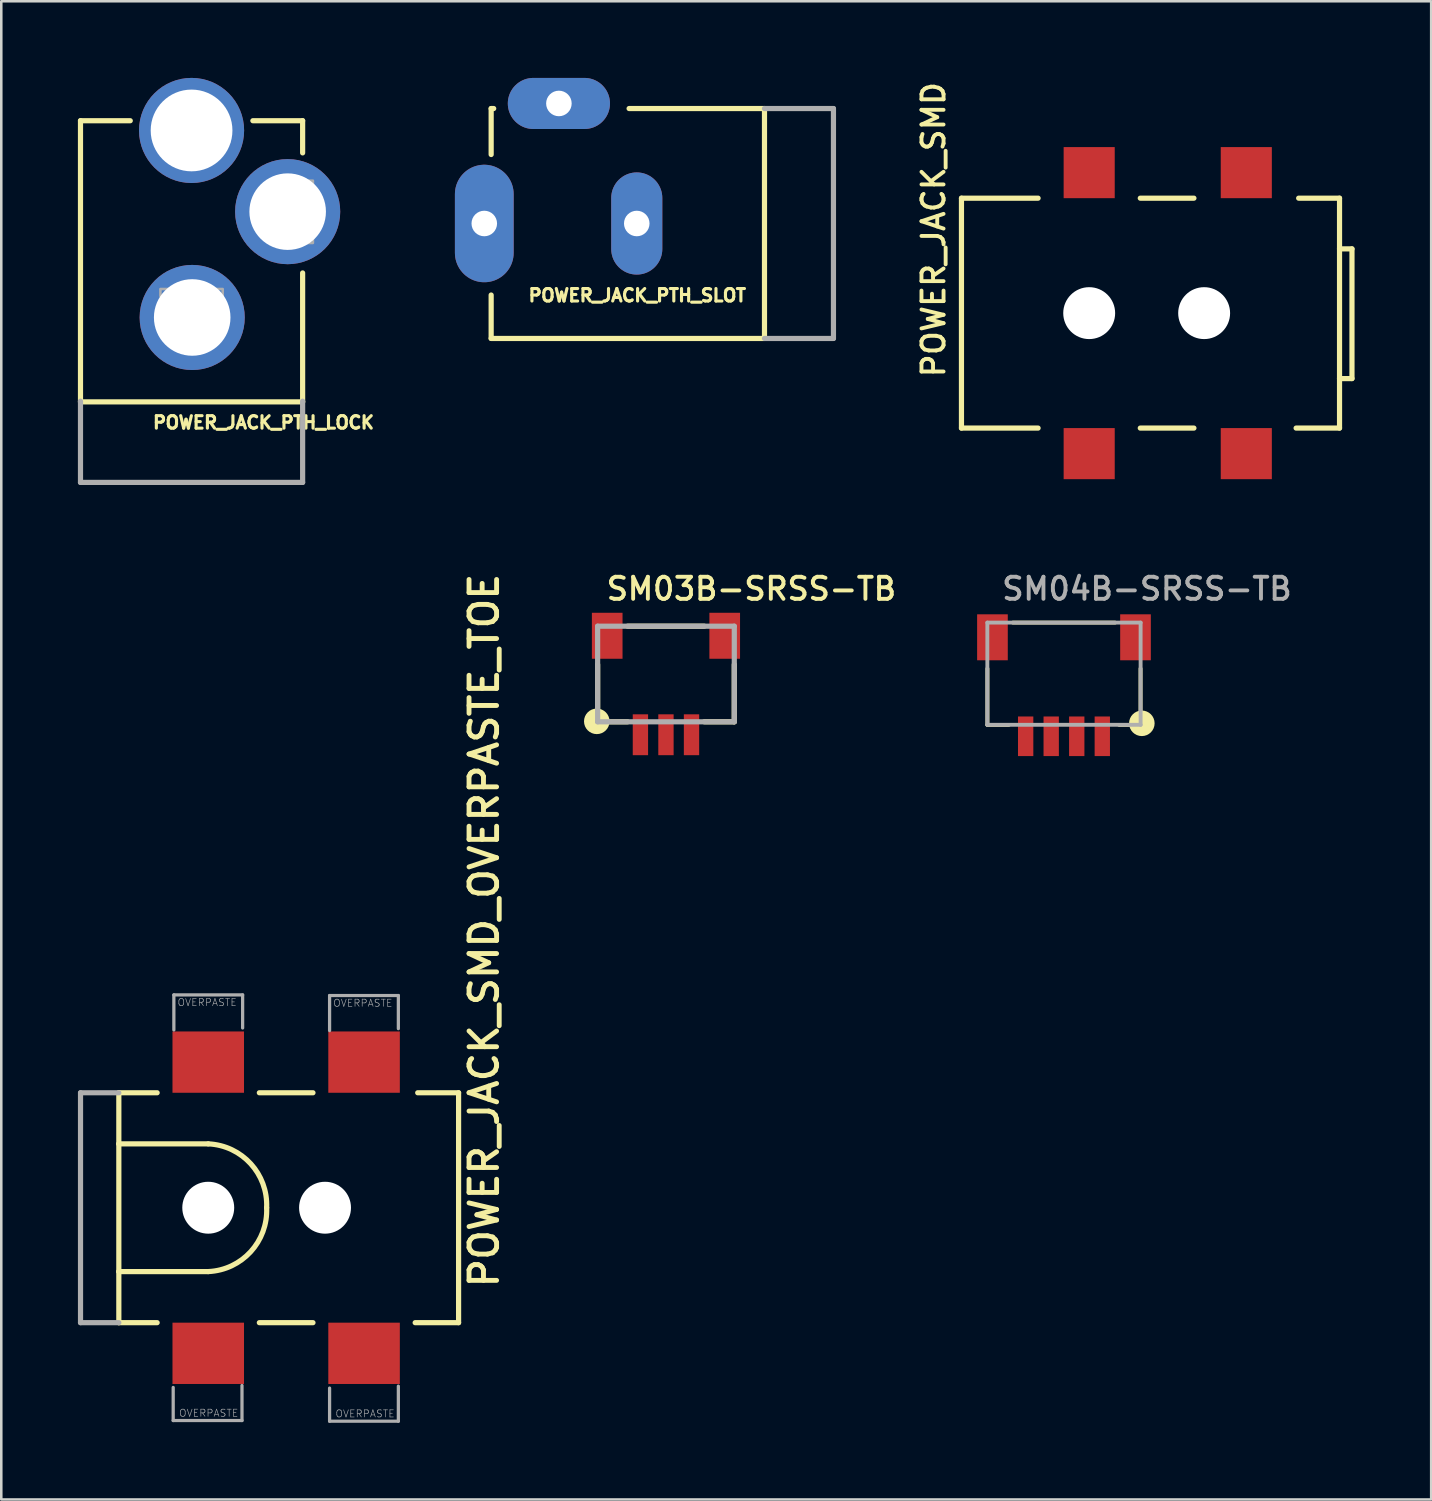
<source format=kicad_pcb>
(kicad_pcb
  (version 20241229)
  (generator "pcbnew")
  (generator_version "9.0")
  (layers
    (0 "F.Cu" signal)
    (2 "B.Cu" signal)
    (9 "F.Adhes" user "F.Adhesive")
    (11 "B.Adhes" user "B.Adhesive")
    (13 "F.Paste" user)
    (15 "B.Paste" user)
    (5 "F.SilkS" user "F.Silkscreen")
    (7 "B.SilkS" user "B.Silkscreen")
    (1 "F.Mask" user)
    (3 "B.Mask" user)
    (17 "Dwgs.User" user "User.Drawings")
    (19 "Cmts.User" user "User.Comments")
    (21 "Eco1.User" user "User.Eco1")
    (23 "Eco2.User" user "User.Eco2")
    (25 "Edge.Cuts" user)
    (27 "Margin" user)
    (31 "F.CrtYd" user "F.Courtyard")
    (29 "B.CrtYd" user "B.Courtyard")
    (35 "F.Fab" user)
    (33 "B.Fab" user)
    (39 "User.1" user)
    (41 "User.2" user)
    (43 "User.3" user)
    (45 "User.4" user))
  (footprint "POWER_JACK_SMD_OVERPASTE_TOE"
    (layer "F.Cu")
    (at 5.102 44.228)
    (property "Reference" "POWER_JACK_SMD_OVERPASTE_TOE" (at 11.43 3.226 90) (unlocked yes) (layer "F.SilkS") (effects (font (size 1.079 1.079) (thickness 0.191)) (justify left bottom)))
    (fp_line (start -3.5 -4.5) (end -3.5 -2.5) (stroke (width 0.203) (type solid)) (layer "F.SilkS"))
    (fp_line (start -3.5 -4.5) (end -2 -4.5) (stroke (width 0.203) (type solid)) (layer "F.SilkS"))
    (fp_line (start -3.5 -2.5) (end -3.5 2.5) (stroke (width 0.203) (type solid)) (layer "F.SilkS"))
    (fp_line (start -3.5 -2.5) (end 0 -2.5) (stroke (width 0.203) (type solid)) (layer "F.SilkS"))
    (fp_line (start -3.5 2.5) (end -3.5 4.5) (stroke (width 0.203) (type solid)) (layer "F.SilkS"))
    (fp_line (start -2 4.5) (end -3.5 4.5) (stroke (width 0.203) (type solid)) (layer "F.SilkS"))
    (fp_line (start 0 2.5) (end -3.5 2.5) (stroke (width 0.203) (type solid)) (layer "F.SilkS"))
    (fp_line (start 2 -4.5) (end 4.1 -4.5) (stroke (width 0.203) (type solid)) (layer "F.SilkS"))
    (fp_line (start 4.1 4.5) (end 2 4.5) (stroke (width 0.203) (type solid)) (layer "F.SilkS"))
    (fp_line (start 8.2 -4.5) (end 9.8 -4.5) (stroke (width 0.203) (type solid)) (layer "F.SilkS"))
    (fp_line (start 9.8 -4.5) (end 9.8 4.5) (stroke (width 0.203) (type solid)) (layer "F.SilkS"))
    (fp_line (start 9.8 4.5) (end 8.1 4.5) (stroke (width 0.203) (type solid)) (layer "F.SilkS"))
    (fp_arc (start 0 -2.5) (mid 1.660768 -1.723446) (end 2.286001 0.000001) (stroke (width 0.2032) (type solid)) (layer "F.SilkS"))
    (fp_arc (start 2.286 0) (mid 1.660766 1.723446) (end -0.000001 2.499999) (stroke (width 0.2032) (type solid)) (layer "F.SilkS"))
    (fp_poly (pts (xy -1.4 8.382) (xy 1.4 8.382) (xy 1.4 6.896) (xy -1.4 6.896)) (stroke (width 0) (type default)) (fill yes) (layer "F.Paste"))
    (fp_poly (pts (xy 1.4 -8.382) (xy -1.4 -8.382) (xy -1.4 -6.896) (xy 1.4 -6.896)) (stroke (width 0) (type default)) (fill yes) (layer "F.Paste"))
    (fp_poly (pts (xy 4.702 8.385) (xy 7.501 8.385) (xy 7.501 6.899) (xy 4.702 6.899)) (stroke (width 0) (type default)) (fill yes) (layer "F.Paste"))
    (fp_poly (pts (xy 7.501 -8.382) (xy 4.702 -8.382) (xy 4.702 -6.896) (xy 7.501 -6.896)) (stroke (width 0) (type default)) (fill yes) (layer "F.Paste"))
    (fp_line (start -5 -4.5) (end -5 4.5) (stroke (width 0.203) (type solid)) (layer "F.Fab"))
    (fp_line (start -5 -4.5) (end -3.5 -4.5) (stroke (width 0.203) (type solid)) (layer "F.Fab"))
    (fp_line (start -3.5 4.5) (end -5 4.5) (stroke (width 0.203) (type solid)) (layer "F.Fab"))
    (fp_line (start -1.372 7.036) (end -1.372 8.331) (stroke (width 0.127) (type solid)) (layer "F.Fab"))
    (fp_line (start -1.372 8.331) (end 1.321 8.331) (stroke (width 0.127) (type solid)) (layer "F.Fab"))
    (fp_line (start -1.346 -8.331) (end -1.346 -6.96) (stroke (width 0.127) (type solid)) (layer "F.Fab"))
    (fp_line (start 1.321 8.331) (end 1.321 6.96) (stroke (width 0.127) (type solid)) (layer "F.Fab"))
    (fp_line (start 1.346 -8.331) (end -1.346 -8.331) (stroke (width 0.127) (type solid)) (layer "F.Fab"))
    (fp_line (start 1.346 -7.036) (end 1.346 -8.331) (stroke (width 0.127) (type solid)) (layer "F.Fab"))
    (fp_line (start 4.75 -8.306) (end 4.75 -6.934) (stroke (width 0.127) (type solid)) (layer "F.Fab"))
    (fp_line (start 4.75 7.061) (end 4.75 8.357) (stroke (width 0.127) (type solid)) (layer "F.Fab"))
    (fp_line (start 4.75 8.357) (end 7.442 8.357) (stroke (width 0.127) (type solid)) (layer "F.Fab"))
    (fp_line (start 7.442 -8.306) (end 4.75 -8.306) (stroke (width 0.127) (type solid)) (layer "F.Fab"))
    (fp_line (start 7.442 -7.01) (end 7.442 -8.306) (stroke (width 0.127) (type solid)) (layer "F.Fab"))
    (fp_line (start 7.442 8.357) (end 7.442 6.985) (stroke (width 0.127) (type solid)) (layer "F.Fab"))
    (fp_text user "OVERPASTE" (at 1.194 7.874 0) (unlocked yes) (layer "F.Fab") (effects (font (size 0.28 0.28) (thickness 0.024)) (justify right top)))
    (fp_text user "OVERPASTE" (at -1.219 -7.874 0) (unlocked yes) (layer "F.Fab") (effects (font (size 0.28 0.28) (thickness 0.024)) (justify left bottom)))
    (fp_text user "OVERPASTE" (at 4.877 -7.849 0) (unlocked yes) (layer "F.Fab") (effects (font (size 0.28 0.28) (thickness 0.024)) (justify left bottom)))
    (fp_text user "OVERPASTE" (at 7.315 7.899 0) (unlocked yes) (layer "F.Fab") (effects (font (size 0.28 0.28) (thickness 0.024)) (justify right top)))
    (pad "" np_thru_hole circle (at 0 0) (size 2.032 2.032) (drill 2.032) (layers "*.Cu" "*.Mask"))
    (pad "" np_thru_hole circle (at 4.572 0) (size 2.032 2.032) (drill 2.032) (layers "*.Cu" "*.Mask"))
    (pad "GND" smd rect (at 0 5.7) (size 2.8 2.4) (layers "F.Cu" "F.Mask" "F.Paste"))
    (pad "P$4" smd rect (at 6.1 5.7) (size 2.8 2.4) (layers "F.Cu" "F.Mask" "F.Paste"))
    (pad "VIN0" smd rect (at 0 -5.7) (size 2.8 2.4) (layers "F.Cu" "F.Mask" "F.Paste"))
    (pad "VIN1" smd rect (at 6.1 -5.7) (size 2.8 2.4) (layers "F.Cu" "F.Mask" "F.Paste")))
  (footprint "SM03B-SRSS-TB"
    (layer "F.Cu")
    (at 23.02 25.713)
    (property "Reference" "SM03B-SRSS-TB" (at -2.413 -5.207 0) (unlocked yes) (layer "F.SilkS") (effects (font (size 0.864 0.864) (thickness 0.152)) (justify left bottom)))
    (fp_line (start -2.675 -0.508) (end -2.675 -2.75) (stroke (width 0.203) (type solid)) (layer "F.SilkS"))
    (fp_line (start -1.5 -4.25) (end 1.5 -4.25) (stroke (width 0.203) (type solid)) (layer "F.SilkS"))
    (fp_line (start -1.5 -0.508) (end -2.675 -0.508) (stroke (width 0.203) (type solid)) (layer "F.SilkS"))
    (fp_line (start 2.675 -2.75) (end 2.675 -0.508) (stroke (width 0.203) (type solid)) (layer "F.SilkS"))
    (fp_line (start 2.675 -0.508) (end 1.5 -0.508) (stroke (width 0.203) (type solid)) (layer "F.SilkS"))
    (fp_circle (center -2.708 -0.525) (end -2.458 -0.525) (stroke (width 0.5) (type solid)) (fill yes) (layer "F.SilkS"))
    (fp_line (start -2.675 -4.25) (end 2.675 -4.25) (stroke (width 0.203) (type solid)) (layer "F.Fab"))
    (fp_line (start -2.675 -0.508) (end -2.675 -4.25) (stroke (width 0.203) (type solid)) (layer "F.Fab"))
    (fp_line (start 2.675 -4.25) (end 2.675 -0.508) (stroke (width 0.203) (type solid)) (layer "F.Fab"))
    (fp_line (start 2.675 -0.508) (end -2.675 -0.508) (stroke (width 0.203) (type solid)) (layer "F.Fab"))
    (pad "0" smd rect (at -2.3 -3.875) (size 1.2 1.8) (layers "F.Cu" "F.Mask" "F.Paste"))
    (pad "1" smd rect (at -1 0) (size 0.6 1.6) (layers "F.Cu" "F.Mask" "F.Paste"))
    (pad "2" smd rect (at 0 0) (size 0.6 1.6) (layers "F.Cu" "F.Mask" "F.Paste"))
    (pad "3" smd rect (at 1 0) (size 0.6 1.6) (layers "F.Cu" "F.Mask" "F.Paste"))
    (pad "4" smd rect (at 2.3 -3.875) (size 1.2 1.8) (layers "F.Cu" "F.Mask" "F.Paste")))
  (footprint "SM04B-SRSS-TB"
    (layer "F.Cu")
    (at 38.601 25.773)
    (property "Reference" "SM04B-SRSS-TB" (at -2.509 -5.268 0) (unlocked yes) (layer "F.Fab") (effects (font (size 0.864 0.864) (thickness 0.152)) (justify left bottom)))
    (fp_line (start -2.997 -2.65) (end -2.997 -0.445) (stroke (width 0.152) (type solid)) (layer "F.SilkS"))
    (fp_line (start -2.997 -0.445) (end -2.163 -0.445) (stroke (width 0.152) (type solid)) (layer "F.SilkS"))
    (fp_line (start 2 -4.45) (end -2 -4.45) (stroke (width 0.152) (type solid)) (layer "F.SilkS"))
    (fp_line (start 2.163 -0.445) (end 2.997 -0.445) (stroke (width 0.152) (type solid)) (layer "F.SilkS"))
    (fp_line (start 2.997 -0.445) (end 2.997 -2.65) (stroke (width 0.152) (type solid)) (layer "F.SilkS"))
    (fp_circle (center 3.048 -0.508) (end 3.298 -0.508) (stroke (width 0.5) (type solid)) (fill yes) (layer "F.SilkS"))
    (fp_line (start -3 -4.45) (end -3 -0.45) (stroke (width 0.152) (type solid)) (layer "F.Fab"))
    (fp_line (start -3 -0.45) (end 3 -0.45) (stroke (width 0.152) (type solid)) (layer "F.Fab"))
    (fp_line (start 3 -4.45) (end -3 -4.45) (stroke (width 0.152) (type solid)) (layer "F.Fab"))
    (fp_line (start 3 -0.45) (end 3 -4.45) (stroke (width 0.152) (type solid)) (layer "F.Fab"))
    (pad "0" smd rect (at 2.8 -3.875 90) (size 1.8 1.2) (layers "F.Cu" "F.Mask" "F.Paste"))
    (pad "1" smd rect (at 1.5 0) (size 0.6 1.55) (layers "F.Cu" "F.Mask" "F.Paste"))
    (pad "2" smd rect (at 0.5 0) (size 0.6 1.55) (layers "F.Cu" "F.Mask" "F.Paste"))
    (pad "3" smd rect (at -0.5 0) (size 0.6 1.55) (layers "F.Cu" "F.Mask" "F.Paste"))
    (pad "4" smd rect (at -1.5 0) (size 0.6 1.55) (layers "F.Cu" "F.Mask" "F.Paste"))
    (pad "5" smd rect (at -2.8 -3.875 90) (size 1.8 1.2) (layers "F.Cu" "F.Mask" "F.Paste")))
  (footprint "POWER_JACK_SMD"
    (layer "F.Cu")
    (at 39.588 9.208)
    (property "Reference" "POWER_JACK_SMD" (at -5.588 2.591 90) (unlocked yes) (layer "F.SilkS") (effects (font (size 0.864 0.864) (thickness 0.152)) (justify left bottom)))
    (fp_line (start -5 -4.5) (end -5 4.5) (stroke (width 0.203) (type solid)) (layer "F.SilkS"))
    (fp_line (start -5 -4.5) (end -2 -4.5) (stroke (width 0.203) (type solid)) (layer "F.SilkS"))
    (fp_line (start -2 4.5) (end -5 4.5) (stroke (width 0.203) (type solid)) (layer "F.SilkS"))
    (fp_line (start 2 -4.5) (end 4.1 -4.5) (stroke (width 0.203) (type solid)) (layer "F.SilkS"))
    (fp_line (start 4.1 4.5) (end 2 4.5) (stroke (width 0.203) (type solid)) (layer "F.SilkS"))
    (fp_line (start 8.2 -4.5) (end 9.8 -4.5) (stroke (width 0.203) (type solid)) (layer "F.SilkS"))
    (fp_line (start 9.8 -4.5) (end 9.8 -2.515) (stroke (width 0.203) (type solid)) (layer "F.SilkS"))
    (fp_line (start 9.8 -2.515) (end 9.8 2.562) (stroke (width 0.203) (type solid)) (layer "F.SilkS"))
    (fp_line (start 9.8 -2.515) (end 10.287 -2.515) (stroke (width 0.203) (type solid)) (layer "F.SilkS"))
    (fp_line (start 9.8 2.562) (end 9.8 4.5) (stroke (width 0.203) (type solid)) (layer "F.SilkS"))
    (fp_line (start 9.8 4.5) (end 8.1 4.5) (stroke (width 0.203) (type solid)) (layer "F.SilkS"))
    (fp_line (start 10.287 -2.515) (end 10.287 2.562) (stroke (width 0.203) (type solid)) (layer "F.SilkS"))
    (fp_line (start 10.287 2.562) (end 9.8 2.562) (stroke (width 0.203) (type solid)) (layer "F.SilkS"))
    (pad "" np_thru_hole circle (at 0 0) (size 2.032 2.032) (drill 2.032) (layers "*.Cu" "*.Mask"))
    (pad "" np_thru_hole circle (at 4.5 0) (size 2.032 2.032) (drill 2.032) (layers "*.Cu" "*.Mask"))
    (pad "GND" smd rect (at 0 5.5) (size 2 2) (layers "F.Cu" "F.Mask" "F.Paste"))
    (pad "P$4" smd rect (at 6.15 5.5) (size 2 2) (layers "F.Cu" "F.Mask" "F.Paste"))
    (pad "VIN0" smd rect (at 0 -5.5) (size 2 2) (layers "F.Cu" "F.Mask" "F.Paste"))
    (pad "VIN1" smd rect (at 6.15 -5.5) (size 2 2) (layers "F.Cu" "F.Mask" "F.Paste")))
  (footprint "POWER_JACK_PTH_SLOT"
    (layer "F.Cu")
    (at 21.877 5.699)
    (property "Reference" "POWER_JACK_PTH_SLOT" (at -4.3 3.1 0) (unlocked yes) (layer "F.SilkS") (effects (font (size 0.488 0.488) (thickness 0.122)) (justify left bottom)))
    (fp_line (start -5.7 -4.5) (end -5.7 -2.7) (stroke (width 0.203) (type solid)) (layer "F.SilkS"))
    (fp_line (start -5.7 -4.5) (end -5.6 -4.5) (stroke (width 0.203) (type solid)) (layer "F.SilkS"))
    (fp_line (start -5.7 4.5) (end -5.7 2.8) (stroke (width 0.203) (type solid)) (layer "F.SilkS"))
    (fp_line (start 5 -4.5) (end -0.3 -4.5) (stroke (width 0.203) (type solid)) (layer "F.SilkS"))
    (fp_line (start 5 4.5) (end -5.7 4.5) (stroke (width 0.203) (type solid)) (layer "F.SilkS"))
    (fp_line (start 5 4.5) (end 5 -4.5) (stroke (width 0.203) (type solid)) (layer "F.SilkS"))
    (fp_line (start 5 4.5) (end 7.7 4.5) (stroke (width 0.203) (type solid)) (layer "F.Fab"))
    (fp_line (start 7.7 -4.5) (end 5 -4.5) (stroke (width 0.203) (type solid)) (layer "F.Fab"))
    (fp_line (start 7.7 -4.5) (end 7.7 4.5) (stroke (width 0.203) (type solid)) (layer "F.Fab"))
    (pad "GND" thru_hole oval (at 0 0 90) (size 4 2) (drill 1) (layers "*.Cu" "*.Mask"))
    (pad "GNDBREAK" thru_hole oval (at -3.048 -4.699 180) (size 4 2) (drill 1) (layers "*.Cu" "*.Mask"))
    (pad "PWR" thru_hole oval (at -5.969 0 90) (size 4.6 2.3) (drill 1) (layers "*.Cu" "*.Mask")))
  (footprint "POWER_JACK_PTH_LOCK"
    (layer "F.Cu")
    (at 4.449 15.935)
    (property "Reference" "POWER_JACK_PTH_LOCK" (at -1.575 -2.159 0) (unlocked yes) (layer "F.SilkS") (effects (font (size 0.488 0.488) (thickness 0.122)) (justify left bottom)))
    (fp_line (start -4.348 -14.259) (end -2.4 -14.259) (stroke (width 0.203) (type solid)) (layer "F.SilkS"))
    (fp_line (start -4.348 -3.254) (end -4.348 -14.259) (stroke (width 0.203) (type solid)) (layer "F.SilkS"))
    (fp_line (start -4.348 -3.254) (end 4.348 -3.254) (stroke (width 0.203) (type solid)) (layer "F.SilkS"))
    (fp_line (start 4.348 -14.259) (end 2.4 -14.259) (stroke (width 0.203) (type solid)) (layer "F.SilkS"))
    (fp_line (start 4.348 -14.259) (end 4.348 -13) (stroke (width 0.203) (type solid)) (layer "F.SilkS"))
    (fp_line (start 4.348 -3.254) (end 4.348 -8.3) (stroke (width 0.203) (type solid)) (layer "F.SilkS"))
    (fp_line (start -4.348 -3.279) (end -4.348 -0.1) (stroke (width 0.203) (type solid)) (layer "F.Fab"))
    (fp_line (start 4.348 -0.1) (end -4.348 -0.1) (stroke (width 0.203) (type solid)) (layer "F.Fab"))
    (fp_line (start 4.348 -0.1) (end 4.348 -3.279) (stroke (width 0.203) (type solid)) (layer "F.Fab"))
    (fp_poly (pts (xy 1.219 -7.391) (xy 1.219 -7.671) (xy -1.219 -7.671) (xy -1.219 -7.391)) (stroke (width 0.1) (type default)) (fill no) (layer "F.Fab"))
    (fp_poly (pts (xy 1.473 -13.411) (xy 1.473 -13.868) (xy -1.448 -13.868) (xy -1.448 -13.411)) (stroke (width 0.1) (type default)) (fill no) (layer "F.Fab"))
    (fp_poly (pts (xy 4.75 -11.913) (xy 4.47 -11.913) (xy 4.47 -9.474) (xy 4.75 -9.474)) (stroke (width 0.1) (type default)) (fill no) (layer "F.Fab"))
    (pad "GND" thru_hole circle (at 0.025 -6.557) (size 4.115 4.115) (drill 2.997) (layers "*.Cu" "*.Mask"))
    (pad "GNDBREAK" thru_hole circle (at 3.762 -10.7 90) (size 4.115 4.115) (drill 2.997) (layers "*.Cu" "*.Mask"))
    (pad "PWR" thru_hole circle (at 0 -13.878) (size 4.115 4.115) (drill 3.2) (layers "*.Cu" "*.Mask")))
  (gr_rect
    (start -3 -3)
    (end 52.976 55.648)
    (stroke (width 0.1) (type default))
    (fill no)
    (layer "Edge.Cuts")))
</source>
